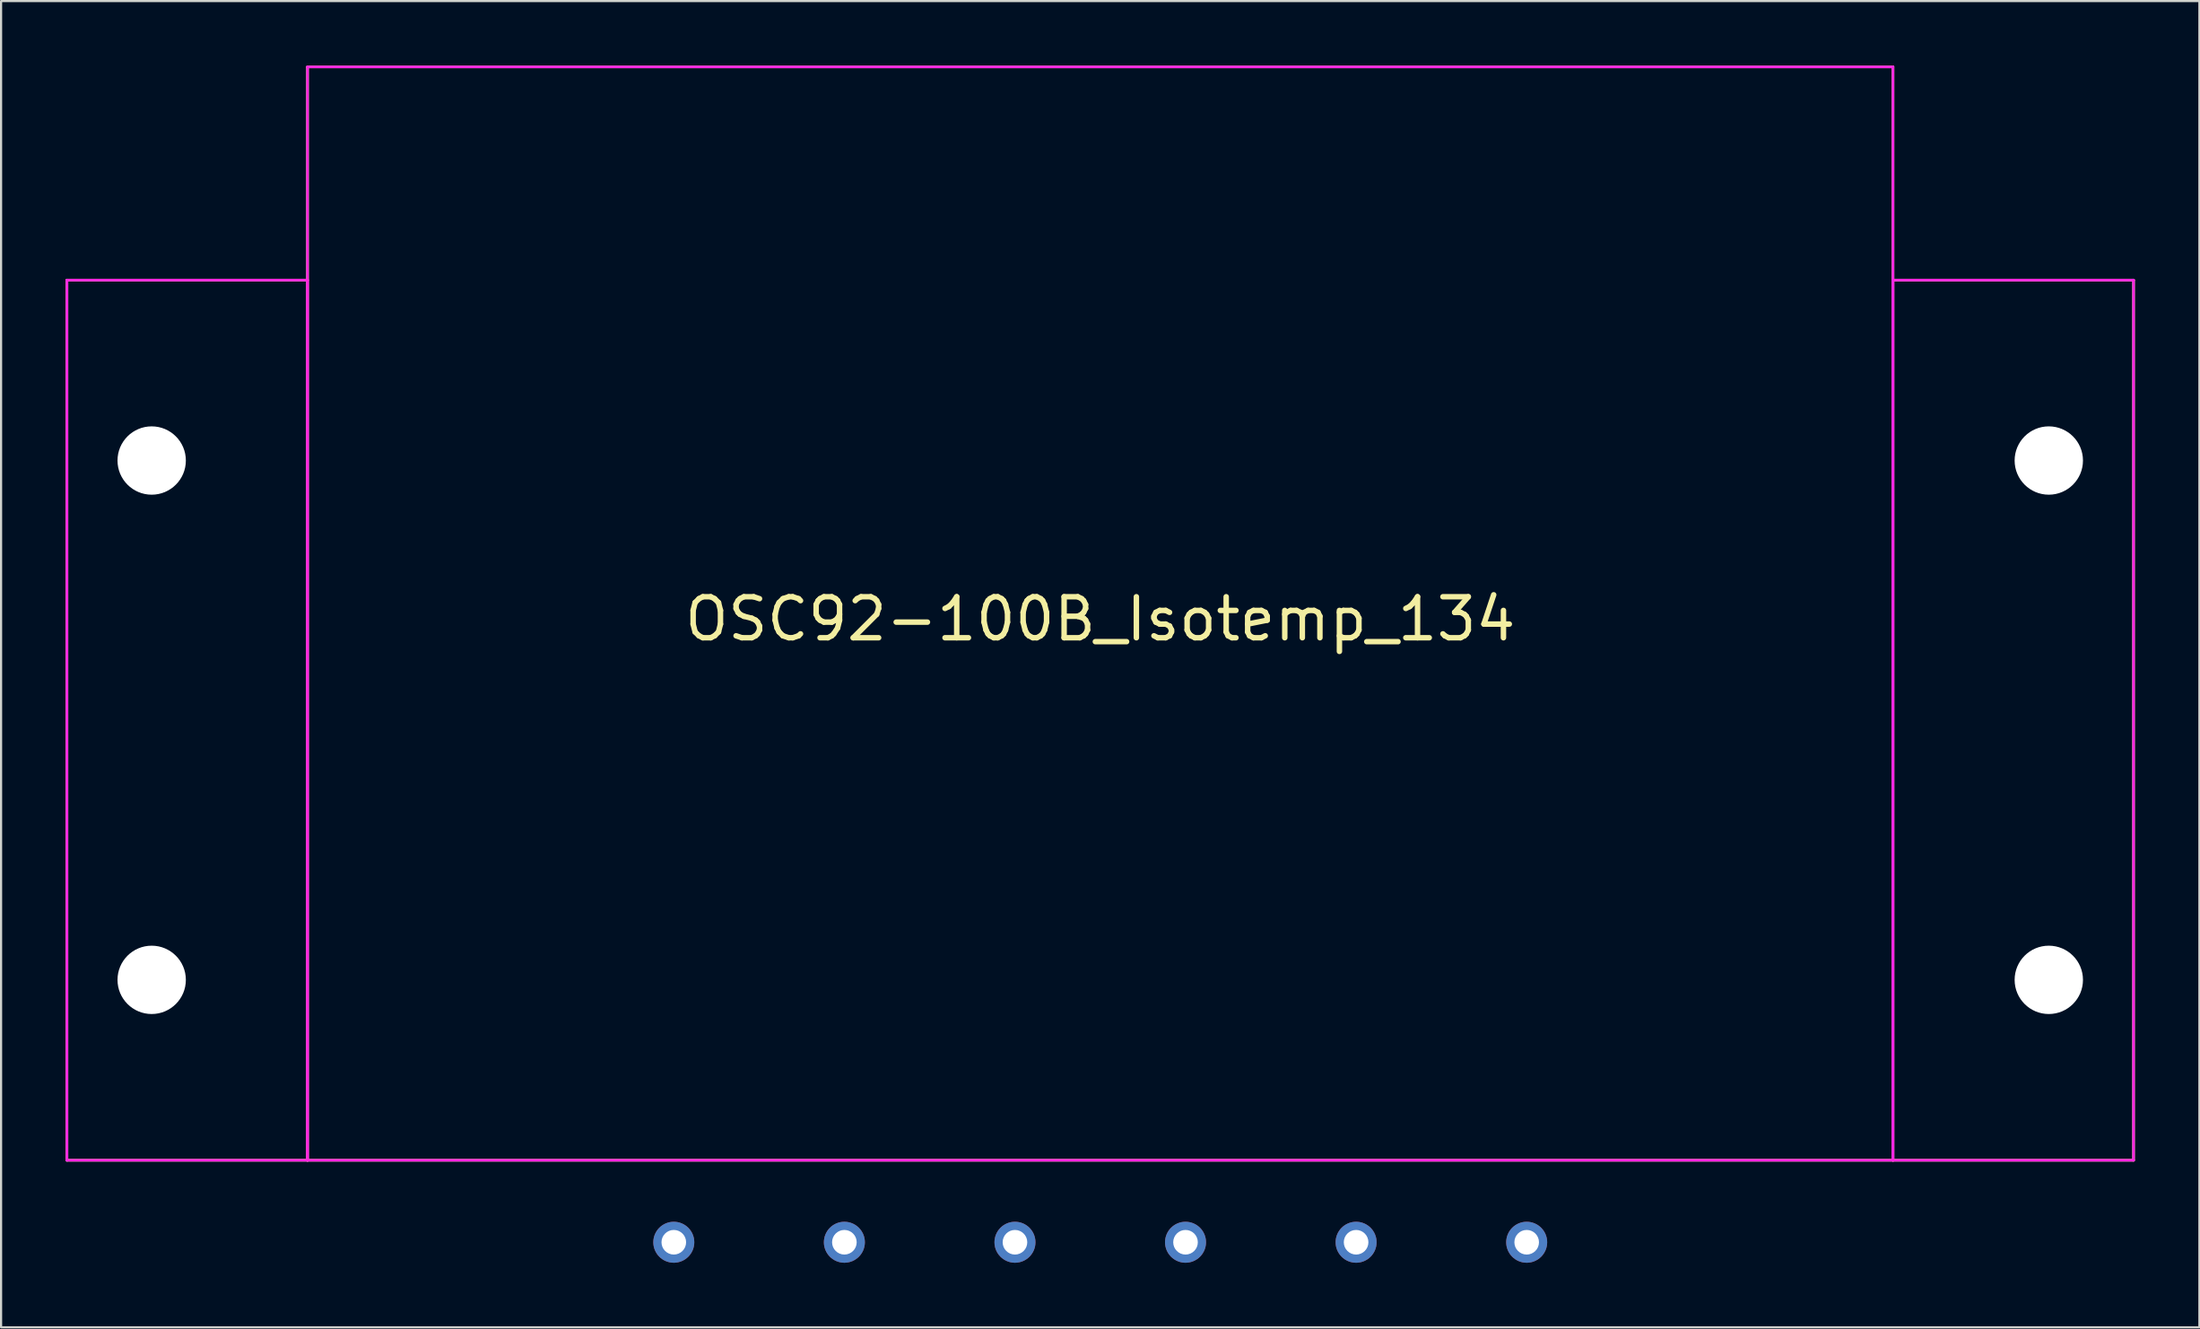
<source format=kicad_pcb>
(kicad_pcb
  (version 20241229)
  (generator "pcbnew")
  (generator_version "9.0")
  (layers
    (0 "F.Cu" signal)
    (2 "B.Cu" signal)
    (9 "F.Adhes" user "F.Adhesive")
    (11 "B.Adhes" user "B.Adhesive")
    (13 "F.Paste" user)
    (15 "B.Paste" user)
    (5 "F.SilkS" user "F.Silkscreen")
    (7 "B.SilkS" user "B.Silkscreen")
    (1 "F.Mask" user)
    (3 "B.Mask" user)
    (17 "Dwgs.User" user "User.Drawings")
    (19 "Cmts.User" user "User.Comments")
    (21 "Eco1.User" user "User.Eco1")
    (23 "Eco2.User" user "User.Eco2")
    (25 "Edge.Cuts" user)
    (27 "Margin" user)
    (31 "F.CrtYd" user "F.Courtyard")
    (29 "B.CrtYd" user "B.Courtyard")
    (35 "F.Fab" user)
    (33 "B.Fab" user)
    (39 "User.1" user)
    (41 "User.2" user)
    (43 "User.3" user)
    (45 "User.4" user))
  (footprint "OSC92-100B_Isotemp_134"
    (layer "F.Cu")
    (at 48.066 50.86)
    (property "Reference" "OSC92-100B_Isotemp_134" (at 0 -25.146 0) (layer "F.SilkS") (effects (font (size 1.905 1.905) (thickness 0.254))))
    (attr through_hole)
    (fp_line (start -48.006 -40.894) (end -48.006 0) (stroke (width 0.12) (type solid)) (layer "F.SilkS"))
    (fp_line (start -48.006 -40.894) (end -36.83 -40.894) (stroke (width 0.12) (type solid)) (layer "F.SilkS"))
    (fp_line (start -48.006 0) (end -36.83 0) (stroke (width 0.12) (type solid)) (layer "F.SilkS"))
    (fp_line (start -36.83 -50.8) (end -36.83 0) (stroke (width 0.12) (type solid)) (layer "F.SilkS"))
    (fp_line (start -36.83 0) (end 36.83 0) (stroke (width 0.12) (type solid)) (layer "F.SilkS"))
    (fp_line (start 36.83 -50.8) (end -36.83 -50.8) (stroke (width 0.12) (type solid)) (layer "F.SilkS"))
    (fp_line (start 36.83 -40.894) (end 48.006 -40.894) (stroke (width 0.12) (type solid)) (layer "F.SilkS"))
    (fp_line (start 36.83 0) (end 36.83 -50.8) (stroke (width 0.12) (type solid)) (layer "F.SilkS"))
    (fp_line (start 48.006 -40.894) (end 48.006 0) (stroke (width 0.12) (type solid)) (layer "F.SilkS"))
    (fp_line (start 48.006 0) (end 36.83 0) (stroke (width 0.12) (type solid)) (layer "F.SilkS"))
    (fp_line (start -48.006 -40.894) (end -36.83 -40.894) (stroke (width 0.12) (type solid)) (layer "F.CrtYd"))
    (fp_line (start -48.006 0) (end -48.006 -40.894) (stroke (width 0.12) (type solid)) (layer "F.CrtYd"))
    (fp_line (start -36.83 -50.8) (end 36.83 -50.8) (stroke (width 0.12) (type solid)) (layer "F.CrtYd"))
    (fp_line (start -36.83 -40.894) (end -36.83 0) (stroke (width 0.12) (type solid)) (layer "F.CrtYd"))
    (fp_line (start -36.83 0) (end -48.006 0) (stroke (width 0.12) (type solid)) (layer "F.CrtYd"))
    (fp_line (start -36.83 0) (end -36.83 -50.8) (stroke (width 0.12) (type solid)) (layer "F.CrtYd"))
    (fp_line (start 36.83 -50.8) (end 36.83 0) (stroke (width 0.12) (type solid)) (layer "F.CrtYd"))
    (fp_line (start 36.83 -40.894) (end 36.83 0) (stroke (width 0.12) (type solid)) (layer "F.CrtYd"))
    (fp_line (start 36.83 0) (end -36.83 0) (stroke (width 0.12) (type solid)) (layer "F.CrtYd"))
    (fp_line (start 36.83 0) (end 48.006 0) (stroke (width 0.12) (type solid)) (layer "F.CrtYd"))
    (fp_line (start 48.006 -40.894) (end 36.83 -40.894) (stroke (width 0.12) (type solid)) (layer "F.CrtYd"))
    (fp_line (start 48.006 0) (end 48.006 -40.894) (stroke (width 0.12) (type solid)) (layer "F.CrtYd"))
    (pad "" np_thru_hole circle (at -44.069 -32.512) (size 3.175 3.175) (drill 3.175) (layers "*.Cu" "*.Mask"))
    (pad "" np_thru_hole circle (at -44.069 -8.382) (size 3.175 3.175) (drill 3.175) (layers "*.Cu" "*.Mask"))
    (pad "" np_thru_hole circle (at 44.069 -32.512) (size 3.175 3.175) (drill 3.175) (layers "*.Cu" "*.Mask"))
    (pad "" np_thru_hole circle (at 44.069 -8.382) (size 3.175 3.175) (drill 3.175) (layers "*.Cu" "*.Mask"))
    (pad "1" thru_hole circle (at 19.812 3.81) (size 1.905 1.905) (drill 1.143) (layers "*.Cu" "*.Mask"))
    (pad "2" thru_hole circle (at 11.887 3.81) (size 1.905 1.905) (drill 1.143) (layers "*.Cu" "*.Mask"))
    (pad "3" thru_hole circle (at 3.962 3.81) (size 1.905 1.905) (drill 1.143) (layers "*.Cu" "*.Mask"))
    (pad "4" thru_hole circle (at -3.962 3.81) (size 1.905 1.905) (drill 1.143) (layers "*.Cu" "*.Mask"))
    (pad "5" thru_hole circle (at -11.887 3.81) (size 1.905 1.905) (drill 1.143) (layers "*.Cu" "*.Mask"))
    (pad "6" thru_hole circle (at -19.812 3.81) (size 1.905 1.905) (drill 1.143) (layers "*.Cu" "*.Mask")))
  (gr_rect
    (start -3 -3)
    (end 99.132 58.623)
    (stroke (width 0.1) (type default))
    (fill no)
    (layer "Edge.Cuts")))
</source>
